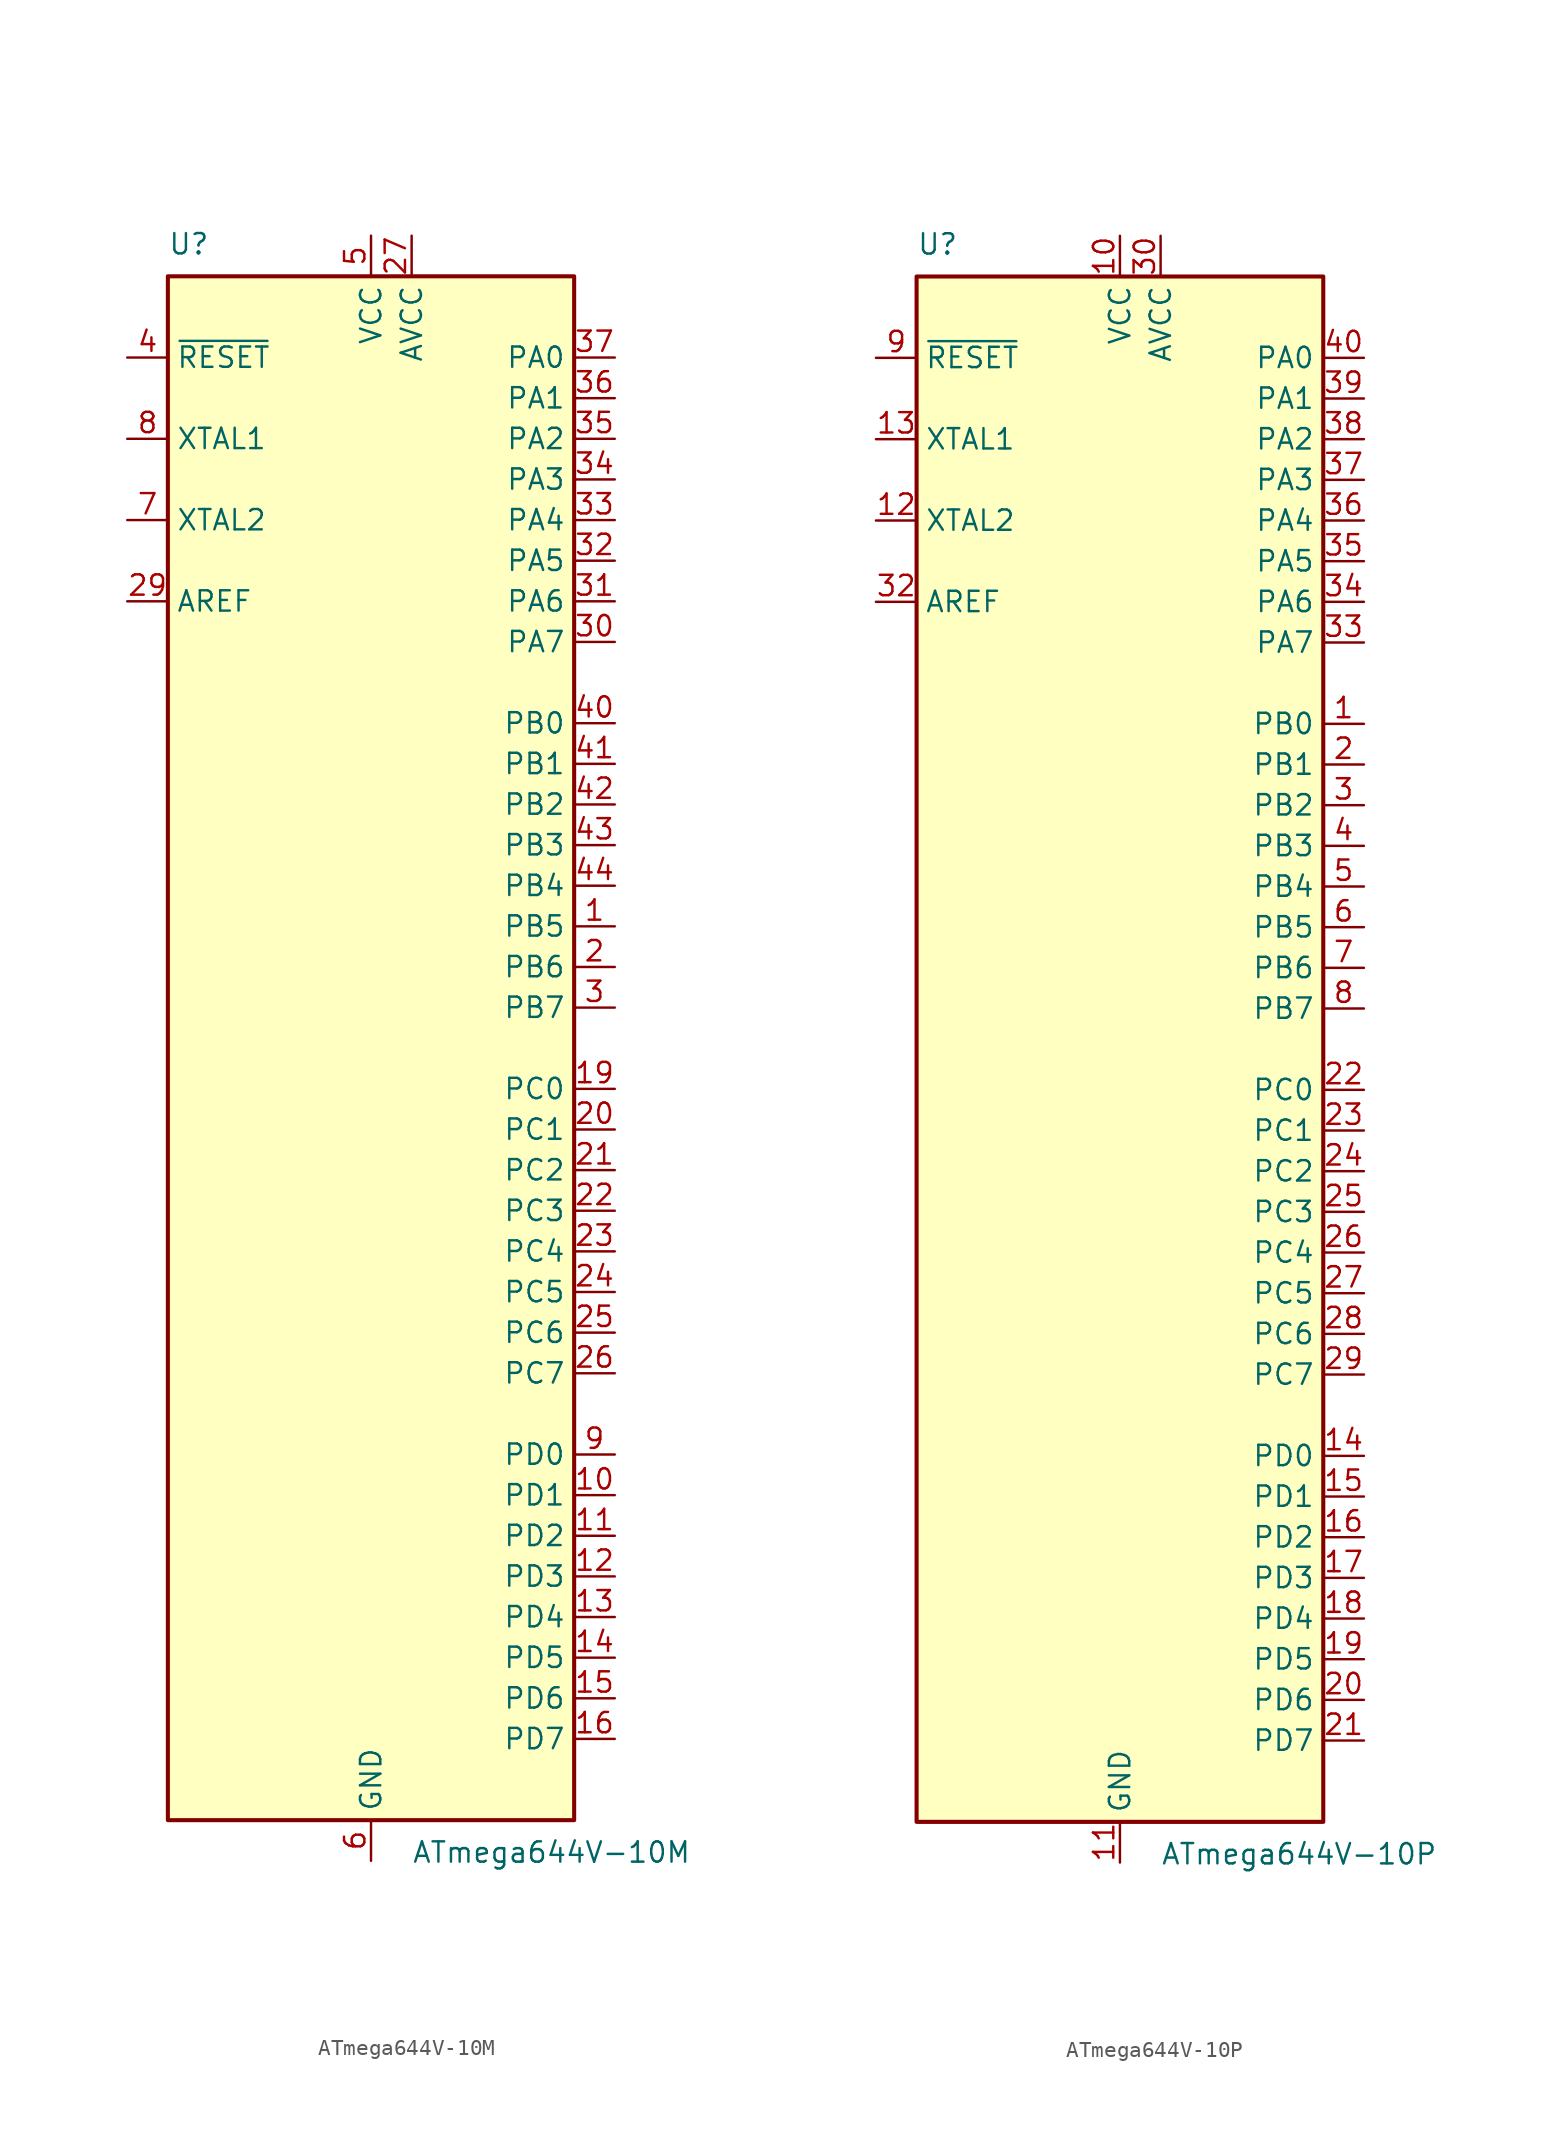
<source format=kicad_sym>
(kicad_symbol_lib
  (version 20211014)
  (generator kicad_symbol_editor)
  (symbol "ATmega644V-10M"
    (property "Reference" "U"
      (at -12.7 49.53 0)
      (effects (font (size 1.27 1.27)) (justify left bottom)))
    (property "Value" "ATmega644V-10M"
      (at 2.54 -49.53 0)
      (effects (font (size 1.27 1.27)) (justify left top)))
    (symbol "ATmega644V-10M_0_1"
      (rectangle (start -12.7 -48.26) (end 12.7 48.26) (stroke (width 0.254) (type default) (color 0 0 0 0)) (fill (type background))))
    (symbol "ATmega644V-10M_1_1"
      (pin bidirectional line (at 15.24 7.62 180) (length 2.54) (name "PB5" (effects (font (size 1.27 1.27)))) (number "1" (effects (font (size 1.27 1.27)))))
      (pin bidirectional line (at 15.24 -27.94 180) (length 2.54) (name "PD1" (effects (font (size 1.27 1.27)))) (number "10" (effects (font (size 1.27 1.27)))))
      (pin bidirectional line (at 15.24 -30.48 180) (length 2.54) (name "PD2" (effects (font (size 1.27 1.27)))) (number "11" (effects (font (size 1.27 1.27)))))
      (pin bidirectional line (at 15.24 -33.02 180) (length 2.54) (name "PD3" (effects (font (size 1.27 1.27)))) (number "12" (effects (font (size 1.27 1.27)))))
      (pin bidirectional line (at 15.24 -35.56 180) (length 2.54) (name "PD4" (effects (font (size 1.27 1.27)))) (number "13" (effects (font (size 1.27 1.27)))))
      (pin bidirectional line (at 15.24 -38.1 180) (length 2.54) (name "PD5" (effects (font (size 1.27 1.27)))) (number "14" (effects (font (size 1.27 1.27)))))
      (pin bidirectional line (at 15.24 -40.64 180) (length 2.54) (name "PD6" (effects (font (size 1.27 1.27)))) (number "15" (effects (font (size 1.27 1.27)))))
      (pin bidirectional line (at 15.24 -43.18 180) (length 2.54) (name "PD7" (effects (font (size 1.27 1.27)))) (number "16" (effects (font (size 1.27 1.27)))))
      (pin passive line (at 0 50.8 270) (length 2.54) hide (name "VCC" (effects (font (size 1.27 1.27)))) (number "17" (effects (font (size 1.27 1.27)))))
      (pin passive line (at 0 -50.8 90) (length 2.54) hide (name "GND" (effects (font (size 1.27 1.27)))) (number "18" (effects (font (size 1.27 1.27)))))
      (pin bidirectional line (at 15.24 -2.54 180) (length 2.54) (name "PC0" (effects (font (size 1.27 1.27)))) (number "19" (effects (font (size 1.27 1.27)))))
      (pin bidirectional line (at 15.24 5.08 180) (length 2.54) (name "PB6" (effects (font (size 1.27 1.27)))) (number "2" (effects (font (size 1.27 1.27)))))
      (pin bidirectional line (at 15.24 -5.08 180) (length 2.54) (name "PC1" (effects (font (size 1.27 1.27)))) (number "20" (effects (font (size 1.27 1.27)))))
      (pin bidirectional line (at 15.24 -7.62 180) (length 2.54) (name "PC2" (effects (font (size 1.27 1.27)))) (number "21" (effects (font (size 1.27 1.27)))))
      (pin bidirectional line (at 15.24 -10.16 180) (length 2.54) (name "PC3" (effects (font (size 1.27 1.27)))) (number "22" (effects (font (size 1.27 1.27)))))
      (pin bidirectional line (at 15.24 -12.7 180) (length 2.54) (name "PC4" (effects (font (size 1.27 1.27)))) (number "23" (effects (font (size 1.27 1.27)))))
      (pin bidirectional line (at 15.24 -15.24 180) (length 2.54) (name "PC5" (effects (font (size 1.27 1.27)))) (number "24" (effects (font (size 1.27 1.27)))))
      (pin bidirectional line (at 15.24 -17.78 180) (length 2.54) (name "PC6" (effects (font (size 1.27 1.27)))) (number "25" (effects (font (size 1.27 1.27)))))
      (pin bidirectional line (at 15.24 -20.32 180) (length 2.54) (name "PC7" (effects (font (size 1.27 1.27)))) (number "26" (effects (font (size 1.27 1.27)))))
      (pin power_in line (at 2.54 50.8 270) (length 2.54) (name "AVCC" (effects (font (size 1.27 1.27)))) (number "27" (effects (font (size 1.27 1.27)))))
      (pin passive line (at 0 -50.8 90) (length 2.54) hide (name "GND" (effects (font (size 1.27 1.27)))) (number "28" (effects (font (size 1.27 1.27)))))
      (pin passive line (at -15.24 27.94 0) (length 2.54) (name "AREF" (effects (font (size 1.27 1.27)))) (number "29" (effects (font (size 1.27 1.27)))))
      (pin bidirectional line (at 15.24 2.54 180) (length 2.54) (name "PB7" (effects (font (size 1.27 1.27)))) (number "3" (effects (font (size 1.27 1.27)))))
      (pin bidirectional line (at 15.24 25.4 180) (length 2.54) (name "PA7" (effects (font (size 1.27 1.27)))) (number "30" (effects (font (size 1.27 1.27)))))
      (pin bidirectional line (at 15.24 27.94 180) (length 2.54) (name "PA6" (effects (font (size 1.27 1.27)))) (number "31" (effects (font (size 1.27 1.27)))))
      (pin bidirectional line (at 15.24 30.48 180) (length 2.54) (name "PA5" (effects (font (size 1.27 1.27)))) (number "32" (effects (font (size 1.27 1.27)))))
      (pin bidirectional line (at 15.24 33.02 180) (length 2.54) (name "PA4" (effects (font (size 1.27 1.27)))) (number "33" (effects (font (size 1.27 1.27)))))
      (pin bidirectional line (at 15.24 35.56 180) (length 2.54) (name "PA3" (effects (font (size 1.27 1.27)))) (number "34" (effects (font (size 1.27 1.27)))))
      (pin bidirectional line (at 15.24 38.1 180) (length 2.54) (name "PA2" (effects (font (size 1.27 1.27)))) (number "35" (effects (font (size 1.27 1.27)))))
      (pin bidirectional line (at 15.24 40.64 180) (length 2.54) (name "PA1" (effects (font (size 1.27 1.27)))) (number "36" (effects (font (size 1.27 1.27)))))
      (pin bidirectional line (at 15.24 43.18 180) (length 2.54) (name "PA0" (effects (font (size 1.27 1.27)))) (number "37" (effects (font (size 1.27 1.27)))))
      (pin passive line (at 0 50.8 270) (length 2.54) hide (name "VCC" (effects (font (size 1.27 1.27)))) (number "38" (effects (font (size 1.27 1.27)))))
      (pin passive line (at 0 -50.8 90) (length 2.54) hide (name "GND" (effects (font (size 1.27 1.27)))) (number "39" (effects (font (size 1.27 1.27)))))
      (pin input line (at -15.24 43.18 0) (length 2.54) (name "~{RESET}" (effects (font (size 1.27 1.27)))) (number "4" (effects (font (size 1.27 1.27)))))
      (pin bidirectional line (at 15.24 20.32 180) (length 2.54) (name "PB0" (effects (font (size 1.27 1.27)))) (number "40" (effects (font (size 1.27 1.27)))))
      (pin bidirectional line (at 15.24 17.78 180) (length 2.54) (name "PB1" (effects (font (size 1.27 1.27)))) (number "41" (effects (font (size 1.27 1.27)))))
      (pin bidirectional line (at 15.24 15.24 180) (length 2.54) (name "PB2" (effects (font (size 1.27 1.27)))) (number "42" (effects (font (size 1.27 1.27)))))
      (pin bidirectional line (at 15.24 12.7 180) (length 2.54) (name "PB3" (effects (font (size 1.27 1.27)))) (number "43" (effects (font (size 1.27 1.27)))))
      (pin bidirectional line (at 15.24 10.16 180) (length 2.54) (name "PB4" (effects (font (size 1.27 1.27)))) (number "44" (effects (font (size 1.27 1.27)))))
      (pin passive line (at 0 -50.8 90) (length 2.54) hide (name "GND" (effects (font (size 1.27 1.27)))) (number "45" (effects (font (size 1.27 1.27)))))
      (pin power_in line (at 0 50.8 270) (length 2.54) (name "VCC" (effects (font (size 1.27 1.27)))) (number "5" (effects (font (size 1.27 1.27)))))
      (pin power_in line (at 0 -50.8 90) (length 2.54) (name "GND" (effects (font (size 1.27 1.27)))) (number "6" (effects (font (size 1.27 1.27)))))
      (pin output line (at -15.24 33.02 0) (length 2.54) (name "XTAL2" (effects (font (size 1.27 1.27)))) (number "7" (effects (font (size 1.27 1.27)))))
      (pin input line (at -15.24 38.1 0) (length 2.54) (name "XTAL1" (effects (font (size 1.27 1.27)))) (number "8" (effects (font (size 1.27 1.27)))))
      (pin bidirectional line (at 15.24 -25.4 180) (length 2.54) (name "PD0" (effects (font (size 1.27 1.27)))) (number "9" (effects (font (size 1.27 1.27)))))))
  (symbol "ATmega644V-10P"
    (property "Reference" "U"
      (at -12.7 49.53 0)
      (effects (font (size 1.27 1.27)) (justify left bottom)))
    (property "Value" "ATmega644V-10P"
      (at 2.54 -49.53 0)
      (effects (font (size 1.27 1.27)) (justify left top)))
    (symbol "ATmega644V-10P_0_1"
      (rectangle (start -12.7 -48.26) (end 12.7 48.26) (stroke (width 0.254) (type default) (color 0 0 0 0)) (fill (type background))))
    (symbol "ATmega644V-10P_1_1"
      (pin bidirectional line (at 15.24 20.32 180) (length 2.54) (name "PB0" (effects (font (size 1.27 1.27)))) (number "1" (effects (font (size 1.27 1.27)))))
      (pin power_in line (at 0 50.8 270) (length 2.54) (name "VCC" (effects (font (size 1.27 1.27)))) (number "10" (effects (font (size 1.27 1.27)))))
      (pin power_in line (at 0 -50.8 90) (length 2.54) (name "GND" (effects (font (size 1.27 1.27)))) (number "11" (effects (font (size 1.27 1.27)))))
      (pin output line (at -15.24 33.02 0) (length 2.54) (name "XTAL2" (effects (font (size 1.27 1.27)))) (number "12" (effects (font (size 1.27 1.27)))))
      (pin input line (at -15.24 38.1 0) (length 2.54) (name "XTAL1" (effects (font (size 1.27 1.27)))) (number "13" (effects (font (size 1.27 1.27)))))
      (pin bidirectional line (at 15.24 -25.4 180) (length 2.54) (name "PD0" (effects (font (size 1.27 1.27)))) (number "14" (effects (font (size 1.27 1.27)))))
      (pin bidirectional line (at 15.24 -27.94 180) (length 2.54) (name "PD1" (effects (font (size 1.27 1.27)))) (number "15" (effects (font (size 1.27 1.27)))))
      (pin bidirectional line (at 15.24 -30.48 180) (length 2.54) (name "PD2" (effects (font (size 1.27 1.27)))) (number "16" (effects (font (size 1.27 1.27)))))
      (pin bidirectional line (at 15.24 -33.02 180) (length 2.54) (name "PD3" (effects (font (size 1.27 1.27)))) (number "17" (effects (font (size 1.27 1.27)))))
      (pin bidirectional line (at 15.24 -35.56 180) (length 2.54) (name "PD4" (effects (font (size 1.27 1.27)))) (number "18" (effects (font (size 1.27 1.27)))))
      (pin bidirectional line (at 15.24 -38.1 180) (length 2.54) (name "PD5" (effects (font (size 1.27 1.27)))) (number "19" (effects (font (size 1.27 1.27)))))
      (pin bidirectional line (at 15.24 17.78 180) (length 2.54) (name "PB1" (effects (font (size 1.27 1.27)))) (number "2" (effects (font (size 1.27 1.27)))))
      (pin bidirectional line (at 15.24 -40.64 180) (length 2.54) (name "PD6" (effects (font (size 1.27 1.27)))) (number "20" (effects (font (size 1.27 1.27)))))
      (pin bidirectional line (at 15.24 -43.18 180) (length 2.54) (name "PD7" (effects (font (size 1.27 1.27)))) (number "21" (effects (font (size 1.27 1.27)))))
      (pin bidirectional line (at 15.24 -2.54 180) (length 2.54) (name "PC0" (effects (font (size 1.27 1.27)))) (number "22" (effects (font (size 1.27 1.27)))))
      (pin bidirectional line (at 15.24 -5.08 180) (length 2.54) (name "PC1" (effects (font (size 1.27 1.27)))) (number "23" (effects (font (size 1.27 1.27)))))
      (pin bidirectional line (at 15.24 -7.62 180) (length 2.54) (name "PC2" (effects (font (size 1.27 1.27)))) (number "24" (effects (font (size 1.27 1.27)))))
      (pin bidirectional line (at 15.24 -10.16 180) (length 2.54) (name "PC3" (effects (font (size 1.27 1.27)))) (number "25" (effects (font (size 1.27 1.27)))))
      (pin bidirectional line (at 15.24 -12.7 180) (length 2.54) (name "PC4" (effects (font (size 1.27 1.27)))) (number "26" (effects (font (size 1.27 1.27)))))
      (pin bidirectional line (at 15.24 -15.24 180) (length 2.54) (name "PC5" (effects (font (size 1.27 1.27)))) (number "27" (effects (font (size 1.27 1.27)))))
      (pin bidirectional line (at 15.24 -17.78 180) (length 2.54) (name "PC6" (effects (font (size 1.27 1.27)))) (number "28" (effects (font (size 1.27 1.27)))))
      (pin bidirectional line (at 15.24 -20.32 180) (length 2.54) (name "PC7" (effects (font (size 1.27 1.27)))) (number "29" (effects (font (size 1.27 1.27)))))
      (pin bidirectional line (at 15.24 15.24 180) (length 2.54) (name "PB2" (effects (font (size 1.27 1.27)))) (number "3" (effects (font (size 1.27 1.27)))))
      (pin power_in line (at 2.54 50.8 270) (length 2.54) (name "AVCC" (effects (font (size 1.27 1.27)))) (number "30" (effects (font (size 1.27 1.27)))))
      (pin passive line (at 0 -50.8 90) (length 2.54) hide (name "GND" (effects (font (size 1.27 1.27)))) (number "31" (effects (font (size 1.27 1.27)))))
      (pin passive line (at -15.24 27.94 0) (length 2.54) (name "AREF" (effects (font (size 1.27 1.27)))) (number "32" (effects (font (size 1.27 1.27)))))
      (pin bidirectional line (at 15.24 25.4 180) (length 2.54) (name "PA7" (effects (font (size 1.27 1.27)))) (number "33" (effects (font (size 1.27 1.27)))))
      (pin bidirectional line (at 15.24 27.94 180) (length 2.54) (name "PA6" (effects (font (size 1.27 1.27)))) (number "34" (effects (font (size 1.27 1.27)))))
      (pin bidirectional line (at 15.24 30.48 180) (length 2.54) (name "PA5" (effects (font (size 1.27 1.27)))) (number "35" (effects (font (size 1.27 1.27)))))
      (pin bidirectional line (at 15.24 33.02 180) (length 2.54) (name "PA4" (effects (font (size 1.27 1.27)))) (number "36" (effects (font (size 1.27 1.27)))))
      (pin bidirectional line (at 15.24 35.56 180) (length 2.54) (name "PA3" (effects (font (size 1.27 1.27)))) (number "37" (effects (font (size 1.27 1.27)))))
      (pin bidirectional line (at 15.24 38.1 180) (length 2.54) (name "PA2" (effects (font (size 1.27 1.27)))) (number "38" (effects (font (size 1.27 1.27)))))
      (pin bidirectional line (at 15.24 40.64 180) (length 2.54) (name "PA1" (effects (font (size 1.27 1.27)))) (number "39" (effects (font (size 1.27 1.27)))))
      (pin bidirectional line (at 15.24 12.7 180) (length 2.54) (name "PB3" (effects (font (size 1.27 1.27)))) (number "4" (effects (font (size 1.27 1.27)))))
      (pin bidirectional line (at 15.24 43.18 180) (length 2.54) (name "PA0" (effects (font (size 1.27 1.27)))) (number "40" (effects (font (size 1.27 1.27)))))
      (pin bidirectional line (at 15.24 10.16 180) (length 2.54) (name "PB4" (effects (font (size 1.27 1.27)))) (number "5" (effects (font (size 1.27 1.27)))))
      (pin bidirectional line (at 15.24 7.62 180) (length 2.54) (name "PB5" (effects (font (size 1.27 1.27)))) (number "6" (effects (font (size 1.27 1.27)))))
      (pin bidirectional line (at 15.24 5.08 180) (length 2.54) (name "PB6" (effects (font (size 1.27 1.27)))) (number "7" (effects (font (size 1.27 1.27)))))
      (pin bidirectional line (at 15.24 2.54 180) (length 2.54) (name "PB7" (effects (font (size 1.27 1.27)))) (number "8" (effects (font (size 1.27 1.27)))))
      (pin input line (at -15.24 43.18 0) (length 2.54) (name "~{RESET}" (effects (font (size 1.27 1.27)))) (number "9" (effects (font (size 1.27 1.27))))))))
</source>
